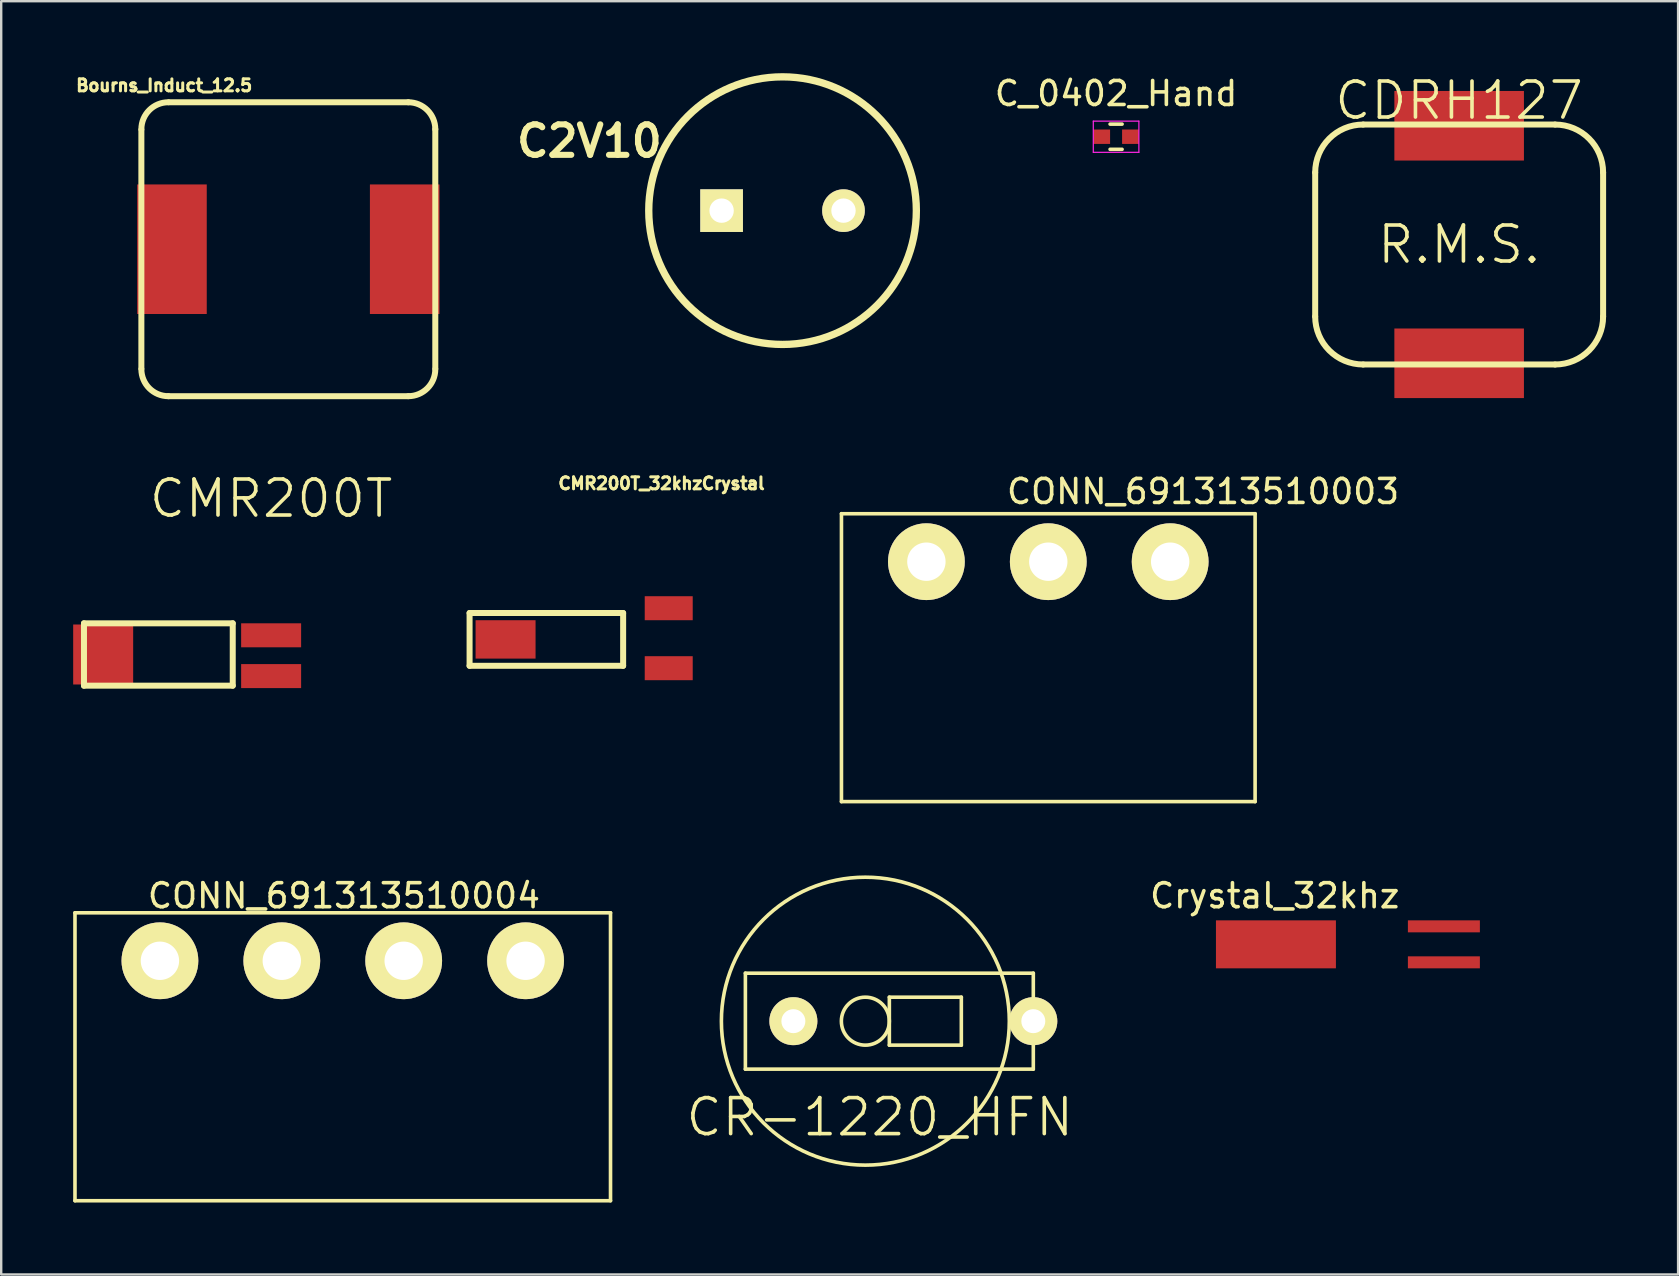
<source format=kicad_pcb>
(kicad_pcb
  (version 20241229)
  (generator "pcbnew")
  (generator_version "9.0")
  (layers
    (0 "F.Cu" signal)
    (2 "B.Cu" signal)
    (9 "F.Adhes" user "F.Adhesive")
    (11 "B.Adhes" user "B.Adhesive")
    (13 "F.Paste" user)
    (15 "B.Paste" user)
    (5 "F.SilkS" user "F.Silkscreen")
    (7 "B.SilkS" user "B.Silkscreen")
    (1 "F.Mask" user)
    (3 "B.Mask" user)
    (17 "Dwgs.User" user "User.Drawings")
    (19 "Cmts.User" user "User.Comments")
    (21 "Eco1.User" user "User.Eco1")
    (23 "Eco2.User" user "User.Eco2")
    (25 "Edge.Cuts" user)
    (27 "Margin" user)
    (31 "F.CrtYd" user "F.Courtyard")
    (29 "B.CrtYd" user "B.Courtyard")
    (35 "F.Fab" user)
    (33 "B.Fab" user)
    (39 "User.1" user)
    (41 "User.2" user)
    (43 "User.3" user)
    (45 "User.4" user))
  (footprint "C_0402_Hand"
    (layer "F.Cu")
    (at 43.466 2.648)
    (property "Reference" "C_0402_Hand" (at 0 -1.8 0) (layer "F.SilkS") (effects (font (size 1 1) (thickness 0.15))))
    (attr smd)
    (fp_line (start -0.25 0.525) (end 0.25 0.525) (stroke (width 0.15) (type solid)) (layer "F.SilkS"))
    (fp_line (start 0.25 -0.525) (end -0.25 -0.525) (stroke (width 0.15) (type solid)) (layer "F.SilkS"))
    (fp_line (start -0.95 -0.65) (end -0.95 0.65) (stroke (width 0.05) (type solid)) (layer "F.CrtYd"))
    (fp_line (start -0.95 -0.65) (end 0.95 -0.65) (stroke (width 0.05) (type solid)) (layer "F.CrtYd"))
    (fp_line (start -0.95 0.65) (end 0.95 0.65) (stroke (width 0.05) (type solid)) (layer "F.CrtYd"))
    (fp_line (start 0.95 -0.65) (end 0.95 0.65) (stroke (width 0.05) (type solid)) (layer "F.CrtYd"))
    (pad "1" smd rect (at -0.6 0) (size 0.7 0.6) (layers "F.Cu" "F.Mask" "F.Paste"))
    (pad "2" smd rect (at 0.6 0) (size 0.7 0.6) (layers "F.Cu" "F.Mask" "F.Paste")))
  (footprint "CONN_691313510004"
    (layer "F.Cu")
    (at 11.235 36.993)
    (property "Reference" "CONN_691313510004" (at 0.05 -2.71 0) (layer "F.SilkS") (effects (font (size 1 1) (thickness 0.15))))
    (attr through_hole)
    (fp_line (start -11.16 -2) (end -11.16 10) (stroke (width 0.15) (type solid)) (layer "F.SilkS"))
    (fp_line (start -11.16 10) (end 11.16 10) (stroke (width 0.15) (type solid)) (layer "F.SilkS"))
    (fp_line (start 11.16 -2) (end -11.16 -2) (stroke (width 0.15) (type solid)) (layer "F.SilkS"))
    (fp_line (start 11.16 10) (end 11.16 -2) (stroke (width 0.15) (type solid)) (layer "F.SilkS"))
    (pad "1" thru_hole circle (at -7.62 0) (size 3.2 3.2) (drill 1.6) (layers "*.Cu" "*.Mask" "F.SilkS"))
    (pad "2" thru_hole circle (at -2.54 0) (size 3.2 3.2) (drill 1.6) (layers "*.Cu" "*.Mask" "F.SilkS"))
    (pad "3" thru_hole circle (at 2.54 0) (size 3.2 3.2) (drill 1.6) (layers "*.Cu" "*.Mask" "F.SilkS"))
    (pad "4" thru_hole circle (at 7.62 0) (size 3.2 3.2) (drill 1.6) (layers "*.Cu" "*.Mask" "F.SilkS")))
  (footprint "CMR200T"
    (layer "F.Cu")
    (at 7.75 24.228)
    (property "Reference" "CMR200T" (at 0.5 -6.5 0) (layer "F.SilkS") (effects (font (size 1.5 1.5) (thickness 0.15))))
    (attr through_hole)
    (fp_line (start -7.3 1.3) (end -7.3 -1.3) (stroke (width 0.25) (type solid)) (layer "F.SilkS"))
    (fp_line (start -7.3 1.3) (end -1.1 1.3) (stroke (width 0.25) (type solid)) (layer "F.SilkS"))
    (fp_line (start -1.1 -1.3) (end -7.3 -1.3) (stroke (width 0.25) (type solid)) (layer "F.SilkS"))
    (fp_line (start -1.1 1.3) (end -1.1 -1.3) (stroke (width 0.25) (type solid)) (layer "F.SilkS"))
    (pad "" smd rect (at -6.5 0) (size 2.5 2.5) (layers "F.Cu" "F.Mask" "F.Paste"))
    (pad "1" smd rect (at 0.5 -0.8) (size 2.5 1) (layers "F.Cu" "F.Mask" "F.Paste"))
    (pad "2" smd rect (at 0.5 0.9) (size 2.5 1) (layers "F.Cu" "F.Mask" "F.Paste")))
  (footprint "Crystal_32khz"
    (layer "F.Cu")
    (at 52.628 36.308)
    (property "Reference" "Crystal_32khz" (at -2.55 -2.025 0) (layer "F.SilkS") (effects (font (size 1 1) (thickness 0.15))))
    (attr through_hole)
    (pad "1" smd rect (at 4.5 -0.75) (size 3 0.5) (layers "F.Cu" "F.Mask" "F.Paste"))
    (pad "2" smd rect (at 4.5 0.75) (size 3 0.5) (layers "F.Cu" "F.Mask" "F.Paste"))
    (pad "GND" smd rect (at -2.5 0) (size 5 2) (layers "F.Cu" "F.Mask" "F.Paste")))
  (footprint "CR-1220_HFN"
    (layer "F.Cu")
    (at 30.016 39.51)
    (property "Reference" "CR-1220_HFN" (at 3.6 4 0) (layer "F.SilkS") (effects (font (size 1.5 1.5) (thickness 0.15))))
    (attr through_hole)
    (fp_line (start -2 -2) (end 10 -2) (stroke (width 0.15) (type solid)) (layer "F.SilkS"))
    (fp_line (start -2 2) (end -2 -2) (stroke (width 0.15) (type solid)) (layer "F.SilkS"))
    (fp_line (start 4 -1) (end 4 1) (stroke (width 0.15) (type solid)) (layer "F.SilkS"))
    (fp_line (start 4 1) (end 7 1) (stroke (width 0.15) (type solid)) (layer "F.SilkS"))
    (fp_line (start 7 -1) (end 4 -1) (stroke (width 0.15) (type solid)) (layer "F.SilkS"))
    (fp_line (start 7 1) (end 7 -1) (stroke (width 0.15) (type solid)) (layer "F.SilkS"))
    (fp_line (start 10 -2) (end 10 2) (stroke (width 0.15) (type solid)) (layer "F.SilkS"))
    (fp_line (start 10 2) (end -2 2) (stroke (width 0.15) (type solid)) (layer "F.SilkS"))
    (fp_circle (center 3 0) (end -3 0) (stroke (width 0.15) (type solid)) (fill no) (layer "F.SilkS"))
    (fp_circle (center 3 0) (end 3 1) (stroke (width 0.15) (type solid)) (fill no) (layer "F.SilkS"))
    (pad "1" thru_hole circle (at 10 0) (size 2 2) (drill 1) (layers "*.Cu" "*.Mask" "F.SilkS"))
    (pad "2" thru_hole circle (at 0 0) (size 2 2) (drill 1) (layers "*.Cu" "*.Mask" "F.SilkS")))
  (footprint "C2V10"
    (layer "F.Cu")
    (at 29.565 5.729)
    (property "Reference" "C2V10" (at -8.05 -2.9 0) (layer "F.SilkS") (effects (font (size 1.27 1.27) (thickness 0.254))))
    (attr through_hole)
    (fp_circle (center 0 0) (end 4.826 -2.794) (stroke (width 0.305) (type solid)) (fill no) (layer "F.SilkS"))
    (pad "1" thru_hole rect (at -2.54 0) (size 1.778 1.778) (drill 1.016) (layers "*.Cu" "*.Mask" "F.SilkS"))
    (pad "2" thru_hole circle (at 2.54 0) (size 1.778 1.778) (drill 1.016) (layers "*.Cu" "*.Mask" "F.SilkS")))
  (footprint "Bourns_Induct_12.5"
    (layer "F.Cu")
    (at 8.967 7.337)
    (property "Reference" "Bourns_Induct_12.5" (at -5.175 -6.825 0) (layer "F.SilkS") (effects (font (size 0.5 0.5) (thickness 0.125))))
    (attr through_hole)
    (fp_line (start -6.125 -4.975) (end -6.125 4.975) (stroke (width 0.25) (type solid)) (layer "F.SilkS"))
    (fp_line (start -5 6.125) (end 5 6.125) (stroke (width 0.25) (type solid)) (layer "F.SilkS"))
    (fp_line (start 5 -6.125) (end -4.975 -6.125) (stroke (width 0.25) (type solid)) (layer "F.SilkS"))
    (fp_line (start 6.125 4.975) (end 6.125 -5) (stroke (width 0.25) (type solid)) (layer "F.SilkS"))
    (fp_arc (start -6.125 -5) (mid -5.795495 -5.795495) (end -5 -6.125) (stroke (width 0.25) (type solid)) (layer "F.SilkS"))
    (fp_arc (start -5 6.125) (mid -5.795495 5.795495) (end -6.125 5) (stroke (width 0.25) (type solid)) (layer "F.SilkS"))
    (fp_arc (start 5 -6.125) (mid 5.795495 -5.795495) (end 6.125 -5) (stroke (width 0.25) (type solid)) (layer "F.SilkS"))
    (fp_arc (start 6.125 5) (mid 5.795495 5.795495) (end 5 6.125) (stroke (width 0.25) (type solid)) (layer "F.SilkS"))
    (pad "1" smd rect (at -4.85 0) (size 2.9 5.4) (layers "F.Cu" "F.Mask" "F.Paste"))
    (pad "2" smd rect (at 4.85 0) (size 2.9 5.4) (layers "F.Cu" "F.Mask" "F.Paste")))
  (footprint "CONN_691313510003"
    (layer "F.Cu")
    (at 40.64 20.36)
    (property "Reference" "CONN_691313510003" (at 6.45 -2.925 0) (layer "F.SilkS") (effects (font (size 1 1) (thickness 0.15))))
    (attr through_hole)
    (fp_line (start -8.62 -2) (end -8.62 10) (stroke (width 0.15) (type solid)) (layer "F.SilkS"))
    (fp_line (start -8.62 10) (end 8.62 10) (stroke (width 0.15) (type solid)) (layer "F.SilkS"))
    (fp_line (start 8.62 -2) (end -8.62 -2) (stroke (width 0.15) (type solid)) (layer "F.SilkS"))
    (fp_line (start 8.62 10) (end 8.62 -2) (stroke (width 0.15) (type solid)) (layer "F.SilkS"))
    (pad "1" thru_hole circle (at -5.08 0) (size 3.2 3.2) (drill 1.6) (layers "*.Cu" "*.Mask" "F.SilkS"))
    (pad "2" thru_hole circle (at 0 0) (size 3.2 3.2) (drill 1.6) (layers "*.Cu" "*.Mask" "F.SilkS"))
    (pad "3" thru_hole circle (at 5.08 0) (size 3.2 3.2) (drill 1.6) (layers "*.Cu" "*.Mask" "F.SilkS")))
  (footprint "CDRH127"
    (layer "F.Cu")
    (at 57.764 7.141)
    (property "Reference" "CDRH127" (at 0 -6 0) (layer "F.SilkS") (effects (font (size 1.5 1.5) (thickness 0.15))))
    (attr through_hole)
    (fp_line (start -6 3) (end -6 -3) (stroke (width 0.25) (type solid)) (layer "F.SilkS"))
    (fp_line (start -4 -5) (end 4 -5) (stroke (width 0.25) (type solid)) (layer "F.SilkS"))
    (fp_line (start -4 5) (end 4 5) (stroke (width 0.25) (type solid)) (layer "F.SilkS"))
    (fp_line (start 6 -3) (end 6 3) (stroke (width 0.25) (type solid)) (layer "F.SilkS"))
    (fp_arc (start -6 -3) (mid -5.414214 -4.414214) (end -4 -5) (stroke (width 0.25) (type solid)) (layer "F.SilkS"))
    (fp_arc (start -4 5) (mid -5.414214 4.414214) (end -6 3) (stroke (width 0.25) (type solid)) (layer "F.SilkS"))
    (fp_arc (start 4 -5) (mid 5.414214 -4.414214) (end 6 -3) (stroke (width 0.25) (type solid)) (layer "F.SilkS"))
    (fp_arc (start 6 3) (mid 5.414214 4.414214) (end 4 5) (stroke (width 0.25) (type solid)) (layer "F.SilkS"))
    (fp_text user "R.M.S." (at 0 0 0) (layer "F.SilkS") (effects (font (size 1.5 1.5) (thickness 0.15))))
    (pad "1" smd rect (at 0 -4.95) (size 5.4 2.9) (layers "F.Cu" "F.Mask" "F.Paste"))
    (pad "2" smd rect (at 0 4.95) (size 5.4 2.9) (layers "F.Cu" "F.Mask" "F.Paste")))
  (footprint "CMR200T_32khzCrystal"
    (layer "F.Cu")
    (at 24.021 23.599)
    (property "Reference" "CMR200T_32khzCrystal" (at 0.5 -6.5 0) (layer "F.SilkS") (effects (font (size 0.5 0.5) (thickness 0.125))))
    (attr through_hole)
    (fp_line (start -7.5 -1.1) (end -7.5 1.1) (stroke (width 0.25) (type solid)) (layer "F.SilkS"))
    (fp_line (start -7.5 -1.1) (end -1.1 -1.1) (stroke (width 0.25) (type solid)) (layer "F.SilkS"))
    (fp_line (start -7.5 1.1) (end -1.1 1.1) (stroke (width 0.25) (type solid)) (layer "F.SilkS"))
    (fp_line (start -1.1 1.1) (end -1.1 -1.1) (stroke (width 0.25) (type solid)) (layer "F.SilkS"))
    (pad "" smd rect (at -6 0) (size 2.5 1.6) (layers "F.Cu" "F.Mask" "F.Paste"))
    (pad "1" smd rect (at 0.8 -1.3) (size 2 1) (layers "F.Cu" "F.Mask" "F.Paste"))
    (pad "2" smd rect (at 0.8 1.2) (size 2 1) (layers "F.Cu" "F.Mask" "F.Paste")))
  (gr_rect
    (start -3 -3)
    (end 66.889 50.068)
    (stroke (width 0.1) (type default))
    (fill no)
    (layer "Edge.Cuts")))
</source>
